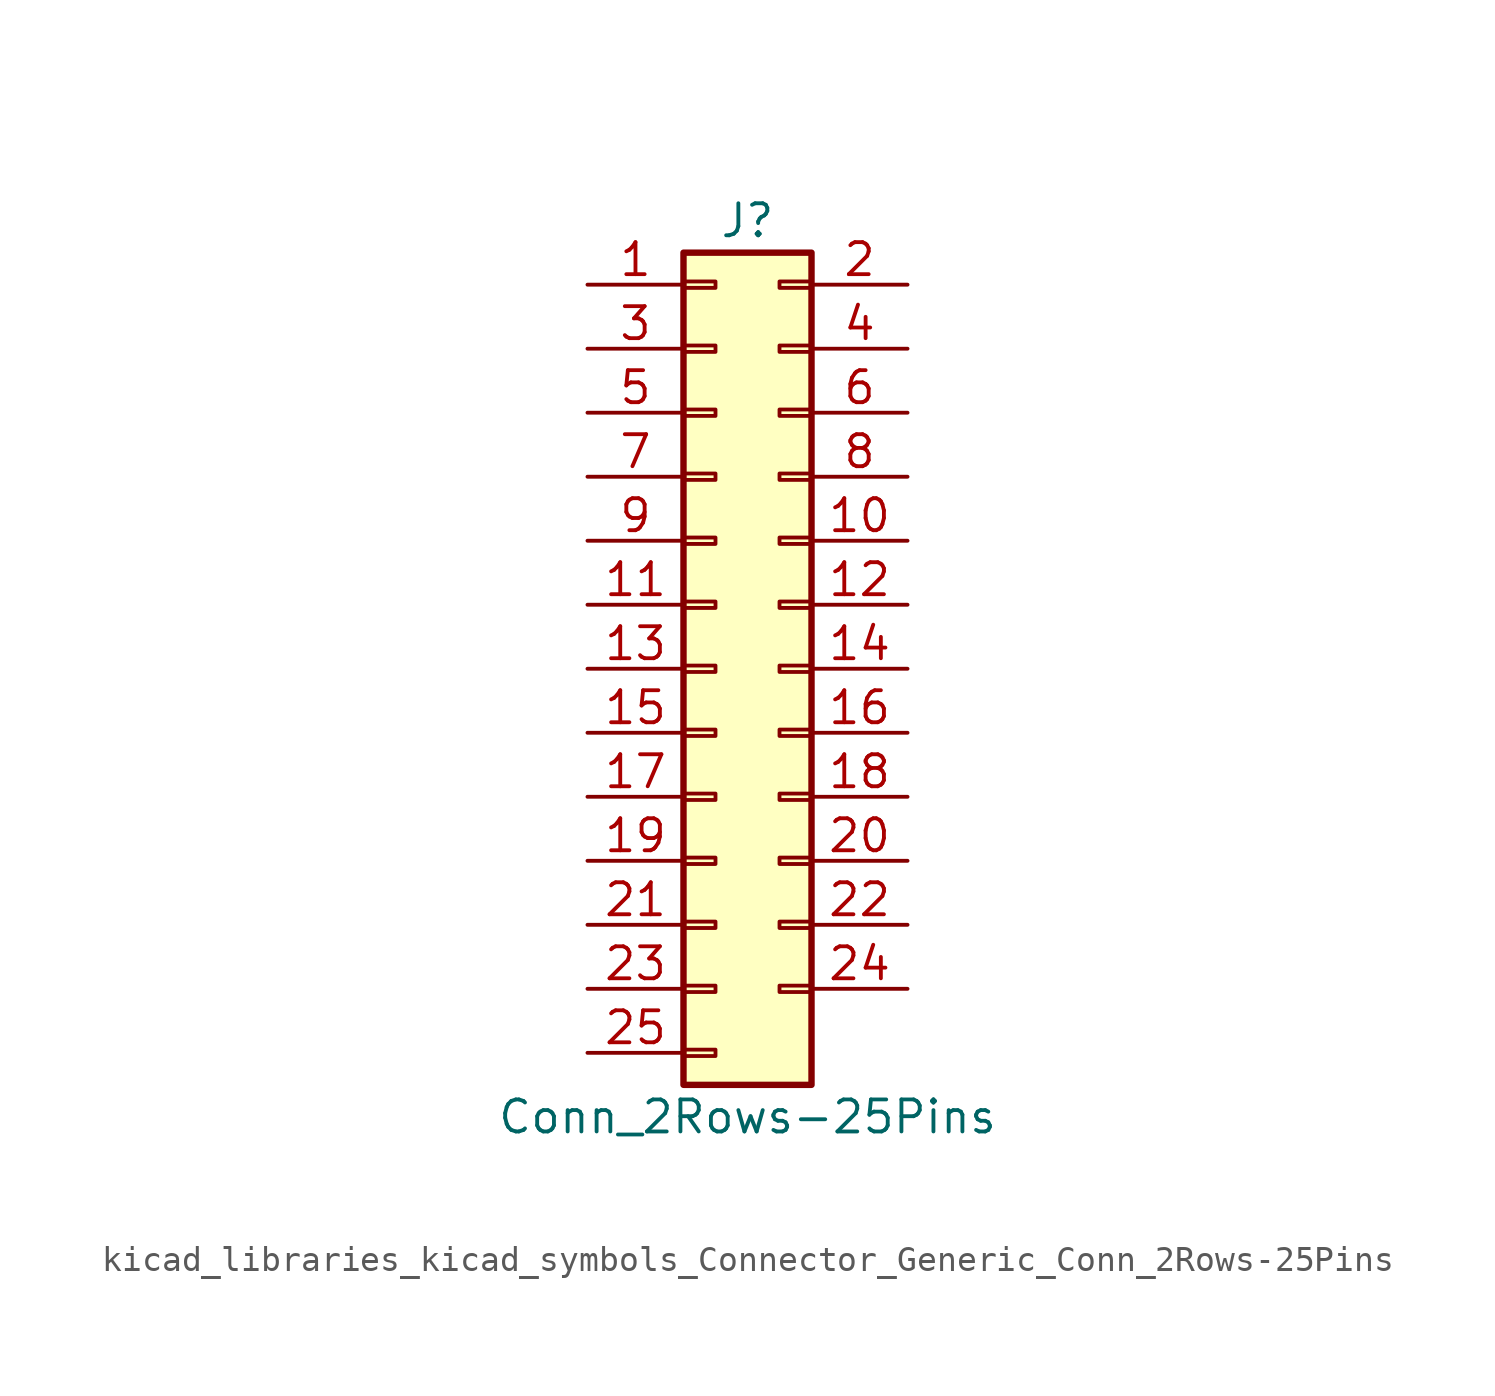
<source format=kicad_sym>
(kicad_symbol_lib
  (version 20220914)
  (generator kicad_symbol_editor)
  (symbol "kicad_libraries_kicad_symbols_Connector_Generic_Conn_2Rows-25Pins"
    (pin_names
      (offset 1.016) hide)
    (property "Reference" "J"
      (at 1.27 17.78 0)
      (effects (font (size 1.27 1.27))))
    (property "Value" "Conn_2Rows-25Pins"
      (at 1.27 -17.78 0)
      (effects (font (size 1.27 1.27))))
    (symbol "kicad_libraries_kicad_symbols_Connector_Generic_Conn_2Rows-25Pins_1_1"
      (rectangle (start -1.27 -15.113) (end 0 -15.367) (stroke (width 0.152) (type default)) (fill (type none)))
      (rectangle (start -1.27 -12.573) (end 0 -12.827) (stroke (width 0.152) (type default)) (fill (type none)))
      (rectangle (start -1.27 -10.033) (end 0 -10.287) (stroke (width 0.152) (type default)) (fill (type none)))
      (rectangle (start -1.27 -7.493) (end 0 -7.747) (stroke (width 0.152) (type default)) (fill (type none)))
      (rectangle (start -1.27 -4.953) (end 0 -5.207) (stroke (width 0.152) (type default)) (fill (type none)))
      (rectangle (start -1.27 -2.413) (end 0 -2.667) (stroke (width 0.152) (type default)) (fill (type none)))
      (rectangle (start -1.27 0.127) (end 0 -0.127) (stroke (width 0.152) (type default)) (fill (type none)))
      (rectangle (start -1.27 2.667) (end 0 2.413) (stroke (width 0.152) (type default)) (fill (type none)))
      (rectangle (start -1.27 5.207) (end 0 4.953) (stroke (width 0.152) (type default)) (fill (type none)))
      (rectangle (start -1.27 7.747) (end 0 7.493) (stroke (width 0.152) (type default)) (fill (type none)))
      (rectangle (start -1.27 10.287) (end 0 10.033) (stroke (width 0.152) (type default)) (fill (type none)))
      (rectangle (start -1.27 12.827) (end 0 12.573) (stroke (width 0.152) (type default)) (fill (type none)))
      (rectangle (start -1.27 15.367) (end 0 15.113) (stroke (width 0.152) (type default)) (fill (type none)))
      (rectangle (start -1.27 16.51) (end 3.81 -16.51) (stroke (width 0.254) (type default)) (fill (type background)))
      (rectangle (start 3.81 -12.573) (end 2.54 -12.827) (stroke (width 0.152) (type default)) (fill (type none)))
      (rectangle (start 3.81 -10.033) (end 2.54 -10.287) (stroke (width 0.152) (type default)) (fill (type none)))
      (rectangle (start 3.81 -7.493) (end 2.54 -7.747) (stroke (width 0.152) (type default)) (fill (type none)))
      (rectangle (start 3.81 -4.953) (end 2.54 -5.207) (stroke (width 0.152) (type default)) (fill (type none)))
      (rectangle (start 3.81 -2.413) (end 2.54 -2.667) (stroke (width 0.152) (type default)) (fill (type none)))
      (rectangle (start 3.81 0.127) (end 2.54 -0.127) (stroke (width 0.152) (type default)) (fill (type none)))
      (rectangle (start 3.81 2.667) (end 2.54 2.413) (stroke (width 0.152) (type default)) (fill (type none)))
      (rectangle (start 3.81 5.207) (end 2.54 4.953) (stroke (width 0.152) (type default)) (fill (type none)))
      (rectangle (start 3.81 7.747) (end 2.54 7.493) (stroke (width 0.152) (type default)) (fill (type none)))
      (rectangle (start 3.81 10.287) (end 2.54 10.033) (stroke (width 0.152) (type default)) (fill (type none)))
      (rectangle (start 3.81 12.827) (end 2.54 12.573) (stroke (width 0.152) (type default)) (fill (type none)))
      (rectangle (start 3.81 15.367) (end 2.54 15.113) (stroke (width 0.152) (type default)) (fill (type none)))
      (pin passive line (at -5.08 15.24 0) (length 3.81) (name "Pin_1" (effects (font (size 1.27 1.27)))) (number "1" (effects (font (size 1.27 1.27)))))
      (pin passive line (at 7.62 5.08 180) (length 3.81) (name "Pin_10" (effects (font (size 1.27 1.27)))) (number "10" (effects (font (size 1.27 1.27)))))
      (pin passive line (at -5.08 2.54 0) (length 3.81) (name "Pin_11" (effects (font (size 1.27 1.27)))) (number "11" (effects (font (size 1.27 1.27)))))
      (pin passive line (at 7.62 2.54 180) (length 3.81) (name "Pin_12" (effects (font (size 1.27 1.27)))) (number "12" (effects (font (size 1.27 1.27)))))
      (pin passive line (at -5.08 0 0) (length 3.81) (name "Pin_13" (effects (font (size 1.27 1.27)))) (number "13" (effects (font (size 1.27 1.27)))))
      (pin passive line (at 7.62 0 180) (length 3.81) (name "Pin_14" (effects (font (size 1.27 1.27)))) (number "14" (effects (font (size 1.27 1.27)))))
      (pin passive line (at -5.08 -2.54 0) (length 3.81) (name "Pin_15" (effects (font (size 1.27 1.27)))) (number "15" (effects (font (size 1.27 1.27)))))
      (pin passive line (at 7.62 -2.54 180) (length 3.81) (name "Pin_16" (effects (font (size 1.27 1.27)))) (number "16" (effects (font (size 1.27 1.27)))))
      (pin passive line (at -5.08 -5.08 0) (length 3.81) (name "Pin_17" (effects (font (size 1.27 1.27)))) (number "17" (effects (font (size 1.27 1.27)))))
      (pin passive line (at 7.62 -5.08 180) (length 3.81) (name "Pin_18" (effects (font (size 1.27 1.27)))) (number "18" (effects (font (size 1.27 1.27)))))
      (pin passive line (at -5.08 -7.62 0) (length 3.81) (name "Pin_19" (effects (font (size 1.27 1.27)))) (number "19" (effects (font (size 1.27 1.27)))))
      (pin passive line (at 7.62 15.24 180) (length 3.81) (name "Pin_2" (effects (font (size 1.27 1.27)))) (number "2" (effects (font (size 1.27 1.27)))))
      (pin passive line (at 7.62 -7.62 180) (length 3.81) (name "Pin_20" (effects (font (size 1.27 1.27)))) (number "20" (effects (font (size 1.27 1.27)))))
      (pin passive line (at -5.08 -10.16 0) (length 3.81) (name "Pin_21" (effects (font (size 1.27 1.27)))) (number "21" (effects (font (size 1.27 1.27)))))
      (pin passive line (at 7.62 -10.16 180) (length 3.81) (name "Pin_22" (effects (font (size 1.27 1.27)))) (number "22" (effects (font (size 1.27 1.27)))))
      (pin passive line (at -5.08 -12.7 0) (length 3.81) (name "Pin_23" (effects (font (size 1.27 1.27)))) (number "23" (effects (font (size 1.27 1.27)))))
      (pin passive line (at 7.62 -12.7 180) (length 3.81) (name "Pin_24" (effects (font (size 1.27 1.27)))) (number "24" (effects (font (size 1.27 1.27)))))
      (pin passive line (at -5.08 -15.24 0) (length 3.81) (name "Pin_25" (effects (font (size 1.27 1.27)))) (number "25" (effects (font (size 1.27 1.27)))))
      (pin passive line (at -5.08 12.7 0) (length 3.81) (name "Pin_3" (effects (font (size 1.27 1.27)))) (number "3" (effects (font (size 1.27 1.27)))))
      (pin passive line (at 7.62 12.7 180) (length 3.81) (name "Pin_4" (effects (font (size 1.27 1.27)))) (number "4" (effects (font (size 1.27 1.27)))))
      (pin passive line (at -5.08 10.16 0) (length 3.81) (name "Pin_5" (effects (font (size 1.27 1.27)))) (number "5" (effects (font (size 1.27 1.27)))))
      (pin passive line (at 7.62 10.16 180) (length 3.81) (name "Pin_6" (effects (font (size 1.27 1.27)))) (number "6" (effects (font (size 1.27 1.27)))))
      (pin passive line (at -5.08 7.62 0) (length 3.81) (name "Pin_7" (effects (font (size 1.27 1.27)))) (number "7" (effects (font (size 1.27 1.27)))))
      (pin passive line (at 7.62 7.62 180) (length 3.81) (name "Pin_8" (effects (font (size 1.27 1.27)))) (number "8" (effects (font (size 1.27 1.27)))))
      (pin passive line (at -5.08 5.08 0) (length 3.81) (name "Pin_9" (effects (font (size 1.27 1.27)))) (number "9" (effects (font (size 1.27 1.27))))))))
</source>
